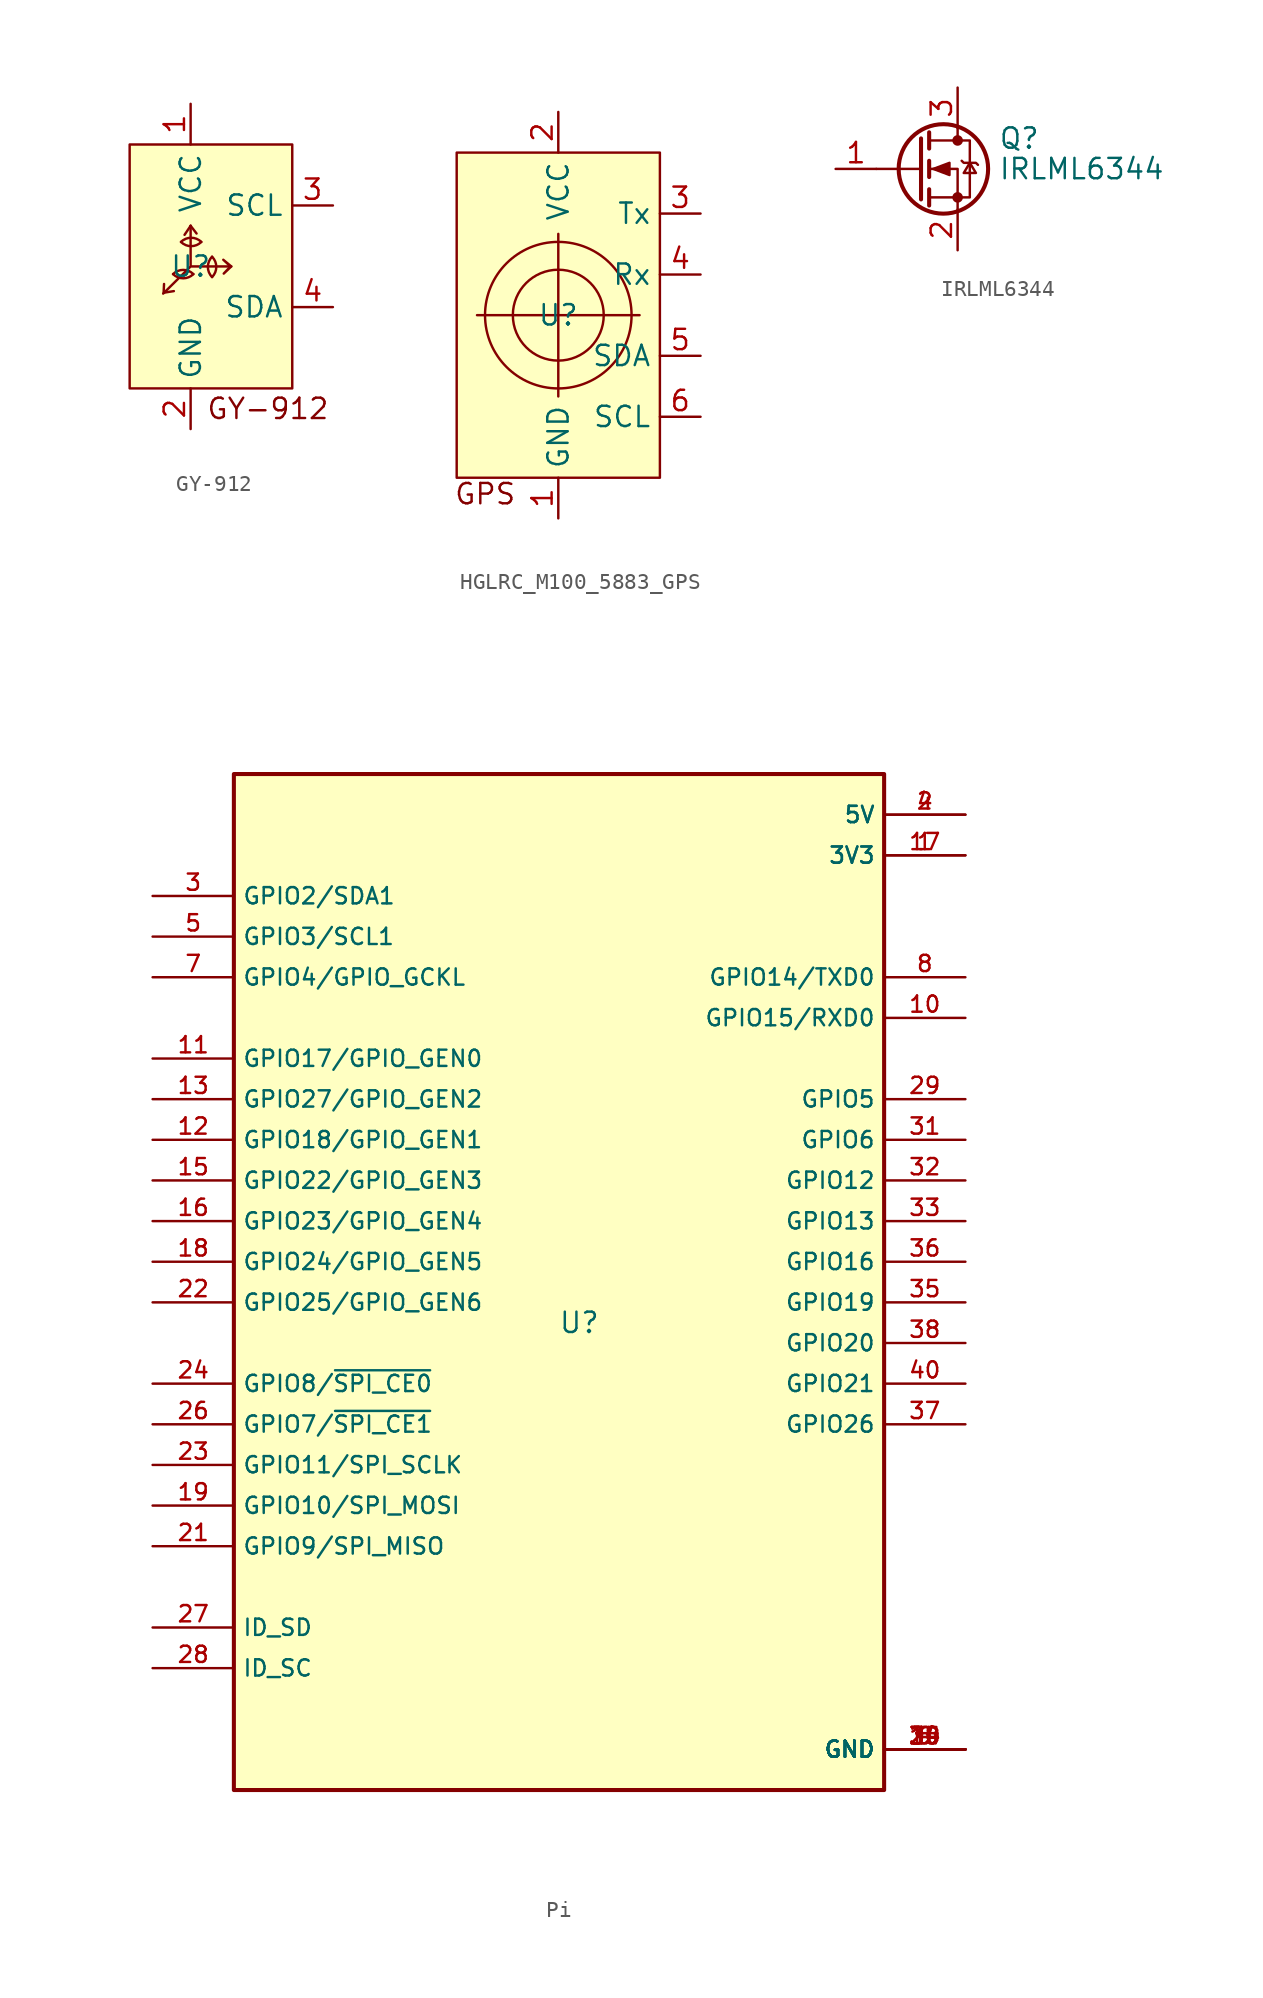
<source format=kicad_sym>
(kicad_symbol_lib
  (version 20231120)
  (generator "kicad_symbol_editor")
  (generator_version "8.0")
  (symbol "GY-912"
    (property "Reference" "U"
      (at 0 0 0)
      (effects (font (size 1.27 1.27))))
    (property "Value" ""
      (at 0 0 0)
      (effects (font (size 1.27 1.27))))
    (symbol "GY-912_0_1"
      (arc (start -1.0985 -0.4786) (mid -0.4635 -0.7416) (end 0.1715 -0.4786) (stroke (width 0) (type default)) (fill (type none)))
      (arc (start -0.6027 1.5298) (mid 0.0323 1.2668) (end 0.6673 1.5298) (stroke (width 0) (type default)) (fill (type none)))
      (polyline (pts (xy 0 2.54) (xy 0.371 2.058)) (stroke (width 0) (type default)) (fill (type none)))
      (polyline (pts (xy 0 2.54) (xy -0.38 1.975) (xy 0 2.54)) (stroke (width 0) (type default)) (fill (type none)))
      (polyline (pts (xy -1.688 -1.642) (xy -1.661 -1.096) (xy -1.688 -1.642) (xy -1.048 -1.542)) (stroke (width 0) (type default)) (fill (type none)))
      (polyline (pts (xy 2.54 0) (xy 2.041 0.417) (xy 2.486 -0.001) (xy 2.069 -0.446) (xy 2.54 0)) (stroke (width 0) (type default)) (fill (type none)))
      (polyline (pts (xy 0 0) (xy 2.54 0) (xy 0 0) (xy -1.716 -1.698) (xy 0 0) (xy 0 2.54)) (stroke (width 0) (type default)) (fill (type none)))
      (arc (start 0.1715 -0.4786) (mid -0.4635 -0.2156) (end -1.0985 -0.4786) (stroke (width 0) (type default)) (fill (type none)))
      (arc (start 0.6673 1.5298) (mid 0.0323 1.7928) (end -0.6027 1.5298) (stroke (width 0) (type default)) (fill (type none)))
      (arc (start 1.3401 -0.6634) (mid 1.6031 -0.0284) (end 1.3401 0.6066) (stroke (width 0) (type default)) (fill (type none)))
      (arc (start 1.3401 0.6066) (mid 1.0771 -0.0284) (end 1.3401 -0.6634) (stroke (width 0) (type default)) (fill (type none))))
    (symbol "GY-912_1_1"
      (rectangle (start -3.81 7.62) (end 6.35 -7.62) (stroke (width 0) (type default)) (fill (type background)))
      (text "GY-912" (at 4.826 -8.89 0) (effects (font (size 1.27 1.27))))
      (pin power_in line (at 0 10.16 270) (length 2.54) (name "VCC" (effects (font (size 1.27 1.27)))) (number "1" (effects (font (size 1.27 1.27)))))
      (pin power_in line (at 0 -10.16 90) (length 2.54) (name "GND" (effects (font (size 1.27 1.27)))) (number "2" (effects (font (size 1.27 1.27)))))
      (pin input line (at 8.89 3.81 180) (length 2.54) (name "SCL" (effects (font (size 1.27 1.27)))) (number "3" (effects (font (size 1.27 1.27)))))
      (pin input line (at 8.89 -2.54 180) (length 2.54) (name "SDA" (effects (font (size 1.27 1.27)))) (number "4" (effects (font (size 1.27 1.27)))))
      (pin no_connect non_logic (at -6.35 6.35 0) (length 2.54) hide (name "V_IN" (effects (font (size 1.27 1.27)))) (number "5" (effects (font (size 1.27 1.27)))))
      (pin no_connect non_logic (at -6.35 3.81 0) (length 2.54) hide (name "Address" (effects (font (size 1.27 1.27)))) (number "6" (effects (font (size 1.27 1.27)))))
      (pin no_connect non_logic (at -6.35 1.27 0) (length 2.54) hide (name "NCS" (effects (font (size 1.27 1.27)))) (number "7" (effects (font (size 1.27 1.27)))))
      (pin no_connect non_logic (at -6.35 -1.27 0) (length 2.54) hide (name "CSB" (effects (font (size 1.27 1.27)))) (number "8" (effects (font (size 1.27 1.27)))))))
  (symbol "HGLRC_M100_5883_GPS"
    (property "Reference" "U"
      (at 0 0 0)
      (effects (font (size 1.27 1.27))))
    (property "Value" ""
      (at 0 0 0)
      (effects (font (size 1.27 1.27))))
    (symbol "HGLRC_M100_5883_GPS_0_1"
      (rectangle (start -6.35 10.16) (end 6.35 -10.16) (stroke (width 0) (type default)) (fill (type background)))
      (polyline (pts (xy -5.08 0) (xy 5.08 0)) (stroke (width 0) (type default)) (fill (type none)))
      (polyline (pts (xy 0 5.08) (xy 0 -5.08)) (stroke (width 0) (type default)) (fill (type none)))
      (circle (center 0 0) (radius 2.84) (stroke (width 0) (type default)) (fill (type none)))
      (circle (center 0 0) (radius 4.579) (stroke (width 0) (type default)) (fill (type none))))
    (symbol "HGLRC_M100_5883_GPS_1_1"
      (text "GPS" (at -4.572 -11.176 0) (effects (font (size 1.27 1.27))))
      (pin power_in line (at 0 -12.7 90) (length 2.54) (name "GND" (effects (font (size 1.27 1.27)))) (number "1" (effects (font (size 1.27 1.27)))))
      (pin power_in line (at 0 12.7 270) (length 2.54) (name "VCC" (effects (font (size 1.27 1.27)))) (number "2" (effects (font (size 1.27 1.27)))))
      (pin output line (at 8.89 6.35 180) (length 2.54) (name "Tx" (effects (font (size 1.27 1.27)))) (number "3" (effects (font (size 1.27 1.27)))))
      (pin input line (at 8.89 2.54 180) (length 2.54) (name "Rx" (effects (font (size 1.27 1.27)))) (number "4" (effects (font (size 1.27 1.27)))))
      (pin input line (at 8.89 -2.54 180) (length 2.54) (name "SDA" (effects (font (size 1.27 1.27)))) (number "5" (effects (font (size 1.27 1.27)))))
      (pin input line (at 8.89 -6.35 180) (length 2.54) (name "SCL" (effects (font (size 1.27 1.27)))) (number "6" (effects (font (size 1.27 1.27)))))))
  (symbol "IRLML6344"
    (pin_names hide)
    (property "Reference" "Q"
      (at 5.08 1.905 0)
      (effects (font (size 1.27 1.27)) (justify left)))
    (property "Value" "IRLML6344"
      (at 5.08 0 0)
      (effects (font (size 1.27 1.27)) (justify left)))
    (symbol "IRLML6344_0_1"
      (polyline (pts (xy 0.254 0) (xy -2.54 0)) (stroke (width 0) (type default)) (fill (type none)))
      (polyline (pts (xy 0.254 1.905) (xy 0.254 -1.905)) (stroke (width 0.254) (type default)) (fill (type none)))
      (polyline (pts (xy 0.762 -1.27) (xy 0.762 -2.286)) (stroke (width 0.254) (type default)) (fill (type none)))
      (polyline (pts (xy 0.762 0.508) (xy 0.762 -0.508)) (stroke (width 0.254) (type default)) (fill (type none)))
      (polyline (pts (xy 0.762 2.286) (xy 0.762 1.27)) (stroke (width 0.254) (type default)) (fill (type none)))
      (polyline (pts (xy 2.54 2.54) (xy 2.54 1.778)) (stroke (width 0) (type default)) (fill (type none)))
      (polyline (pts (xy 2.54 -2.54) (xy 2.54 0) (xy 0.762 0)) (stroke (width 0) (type default)) (fill (type none)))
      (polyline (pts (xy 0.762 -1.778) (xy 3.302 -1.778) (xy 3.302 1.778) (xy 0.762 1.778)) (stroke (width 0) (type default)) (fill (type none)))
      (polyline (pts (xy 1.016 0) (xy 2.032 0.381) (xy 2.032 -0.381) (xy 1.016 0)) (stroke (width 0) (type default)) (fill (type outline)))
      (polyline (pts (xy 2.794 0.508) (xy 2.921 0.381) (xy 3.683 0.381) (xy 3.81 0.254)) (stroke (width 0) (type default)) (fill (type none)))
      (polyline (pts (xy 3.302 0.381) (xy 2.921 -0.254) (xy 3.683 -0.254) (xy 3.302 0.381)) (stroke (width 0) (type default)) (fill (type none)))
      (circle (center 1.651 0) (radius 2.794) (stroke (width 0.254) (type default)) (fill (type none)))
      (circle (center 2.54 -1.778) (radius 0.254) (stroke (width 0) (type default)) (fill (type outline)))
      (circle (center 2.54 1.778) (radius 0.254) (stroke (width 0) (type default)) (fill (type outline))))
    (symbol "IRLML6344_1_1"
      (pin input line (at -5.08 0 0) (length 2.54) (name "G" (effects (font (size 1.27 1.27)))) (number "1" (effects (font (size 1.27 1.27)))))
      (pin passive line (at 2.54 -5.08 90) (length 2.54) (name "D" (effects (font (size 1.27 1.27)))) (number "2" (effects (font (size 1.27 1.27)))))
      (pin passive line (at 2.54 5.08 270) (length 2.54) (name "S" (effects (font (size 1.27 1.27)))) (number "3" (effects (font (size 1.27 1.27)))))))
  (symbol "Pi"
    (property "Reference" "U"
      (at 0 0 0)
      (effects (font (size 1.27 1.27))))
    (property "Value" ""
      (at 0 0 0)
      (effects (font (size 1.27 1.27))))
    (symbol "Pi_0_0"
      (rectangle (start -21.59 -29.21) (end 19.05 34.29) (stroke (width 0.254) (type default)) (fill (type background)))
      (pin power_in line (at 24.13 29.21 180) (length 5.08) (name "3V3" (effects (font (size 1.016 1.016)))) (number "1" (effects (font (size 1.016 1.016)))))
      (pin bidirectional line (at 24.13 19.05 180) (length 5.08) (name "GPIO15/RXD0" (effects (font (size 1.016 1.016)))) (number "10" (effects (font (size 1.016 1.016)))))
      (pin bidirectional line (at -26.67 16.51 0) (length 5.08) (name "GPIO17/GPIO_GEN0" (effects (font (size 1.016 1.016)))) (number "11" (effects (font (size 1.016 1.016)))))
      (pin bidirectional line (at -26.67 11.43 0) (length 5.08) (name "GPIO18/GPIO_GEN1" (effects (font (size 1.016 1.016)))) (number "12" (effects (font (size 1.016 1.016)))))
      (pin bidirectional line (at -26.67 13.97 0) (length 5.08) (name "GPIO27/GPIO_GEN2" (effects (font (size 1.016 1.016)))) (number "13" (effects (font (size 1.016 1.016)))))
      (pin power_in line (at 24.13 -26.67 180) (length 5.08) (name "GND" (effects (font (size 1.016 1.016)))) (number "14" (effects (font (size 1.016 1.016)))))
      (pin bidirectional line (at -26.67 8.89 0) (length 5.08) (name "GPIO22/GPIO_GEN3" (effects (font (size 1.016 1.016)))) (number "15" (effects (font (size 1.016 1.016)))))
      (pin bidirectional line (at -26.67 6.35 0) (length 5.08) (name "GPIO23/GPIO_GEN4" (effects (font (size 1.016 1.016)))) (number "16" (effects (font (size 1.016 1.016)))))
      (pin power_in line (at 24.13 29.21 180) (length 5.08) (name "3V3" (effects (font (size 1.016 1.016)))) (number "17" (effects (font (size 1.016 1.016)))))
      (pin bidirectional line (at -26.67 3.81 0) (length 5.08) (name "GPIO24/GPIO_GEN5" (effects (font (size 1.016 1.016)))) (number "18" (effects (font (size 1.016 1.016)))))
      (pin bidirectional line (at -26.67 -11.43 0) (length 5.08) (name "GPIO10/SPI_MOSI" (effects (font (size 1.016 1.016)))) (number "19" (effects (font (size 1.016 1.016)))))
      (pin power_in line (at 24.13 31.75 180) (length 5.08) (name "5V" (effects (font (size 1.016 1.016)))) (number "2" (effects (font (size 1.016 1.016)))))
      (pin power_in line (at 24.13 -26.67 180) (length 5.08) (name "GND" (effects (font (size 1.016 1.016)))) (number "20" (effects (font (size 1.016 1.016)))))
      (pin bidirectional line (at -26.67 -13.97 0) (length 5.08) (name "GPIO9/SPI_MISO" (effects (font (size 1.016 1.016)))) (number "21" (effects (font (size 1.016 1.016)))))
      (pin bidirectional line (at -26.67 1.27 0) (length 5.08) (name "GPIO25/GPIO_GEN6" (effects (font (size 1.016 1.016)))) (number "22" (effects (font (size 1.016 1.016)))))
      (pin bidirectional line (at -26.67 -8.89 0) (length 5.08) (name "GPIO11/SPI_SCLK" (effects (font (size 1.016 1.016)))) (number "23" (effects (font (size 1.016 1.016)))))
      (pin bidirectional line (at -26.67 -3.81 0) (length 5.08) (name "GPIO8/~{SPI_CE0}" (effects (font (size 1.016 1.016)))) (number "24" (effects (font (size 1.016 1.016)))))
      (pin power_in line (at 24.13 -26.67 180) (length 5.08) (name "GND" (effects (font (size 1.016 1.016)))) (number "25" (effects (font (size 1.016 1.016)))))
      (pin bidirectional line (at -26.67 -6.35 0) (length 5.08) (name "GPIO7/~{SPI_CE1}" (effects (font (size 1.016 1.016)))) (number "26" (effects (font (size 1.016 1.016)))))
      (pin bidirectional line (at -26.67 -19.05 0) (length 5.08) (name "ID_SD" (effects (font (size 1.016 1.016)))) (number "27" (effects (font (size 1.016 1.016)))))
      (pin bidirectional line (at -26.67 -21.59 0) (length 5.08) (name "ID_SC" (effects (font (size 1.016 1.016)))) (number "28" (effects (font (size 1.016 1.016)))))
      (pin bidirectional line (at 24.13 13.97 180) (length 5.08) (name "GPIO5" (effects (font (size 1.016 1.016)))) (number "29" (effects (font (size 1.016 1.016)))))
      (pin bidirectional line (at -26.67 26.67 0) (length 5.08) (name "GPIO2/SDA1" (effects (font (size 1.016 1.016)))) (number "3" (effects (font (size 1.016 1.016)))))
      (pin power_in line (at 24.13 -26.67 180) (length 5.08) (name "GND" (effects (font (size 1.016 1.016)))) (number "30" (effects (font (size 1.016 1.016)))))
      (pin bidirectional line (at 24.13 11.43 180) (length 5.08) (name "GPIO6" (effects (font (size 1.016 1.016)))) (number "31" (effects (font (size 1.016 1.016)))))
      (pin bidirectional line (at 24.13 8.89 180) (length 5.08) (name "GPIO12" (effects (font (size 1.016 1.016)))) (number "32" (effects (font (size 1.016 1.016)))))
      (pin bidirectional line (at 24.13 6.35 180) (length 5.08) (name "GPIO13" (effects (font (size 1.016 1.016)))) (number "33" (effects (font (size 1.016 1.016)))))
      (pin power_in line (at 24.13 -26.67 180) (length 5.08) (name "GND" (effects (font (size 1.016 1.016)))) (number "34" (effects (font (size 1.016 1.016)))))
      (pin bidirectional line (at 24.13 1.27 180) (length 5.08) (name "GPIO19" (effects (font (size 1.016 1.016)))) (number "35" (effects (font (size 1.016 1.016)))))
      (pin bidirectional line (at 24.13 3.81 180) (length 5.08) (name "GPIO16" (effects (font (size 1.016 1.016)))) (number "36" (effects (font (size 1.016 1.016)))))
      (pin bidirectional line (at 24.13 -6.35 180) (length 5.08) (name "GPIO26" (effects (font (size 1.016 1.016)))) (number "37" (effects (font (size 1.016 1.016)))))
      (pin bidirectional line (at 24.13 -1.27 180) (length 5.08) (name "GPIO20" (effects (font (size 1.016 1.016)))) (number "38" (effects (font (size 1.016 1.016)))))
      (pin power_in line (at 24.13 -26.67 180) (length 5.08) (name "GND" (effects (font (size 1.016 1.016)))) (number "39" (effects (font (size 1.016 1.016)))))
      (pin power_in line (at 24.13 31.75 180) (length 5.08) (name "5V" (effects (font (size 1.016 1.016)))) (number "4" (effects (font (size 1.016 1.016)))))
      (pin bidirectional line (at 24.13 -3.81 180) (length 5.08) (name "GPIO21" (effects (font (size 1.016 1.016)))) (number "40" (effects (font (size 1.016 1.016)))))
      (pin bidirectional line (at -26.67 24.13 0) (length 5.08) (name "GPIO3/SCL1" (effects (font (size 1.016 1.016)))) (number "5" (effects (font (size 1.016 1.016)))))
      (pin power_in line (at 24.13 -26.67 180) (length 5.08) (name "GND" (effects (font (size 1.016 1.016)))) (number "6" (effects (font (size 1.016 1.016)))))
      (pin bidirectional line (at -26.67 21.59 0) (length 5.08) (name "GPIO4/GPIO_GCKL" (effects (font (size 1.016 1.016)))) (number "7" (effects (font (size 1.016 1.016)))))
      (pin bidirectional line (at 24.13 21.59 180) (length 5.08) (name "GPIO14/TXD0" (effects (font (size 1.016 1.016)))) (number "8" (effects (font (size 1.016 1.016)))))
      (pin power_in line (at 24.13 -26.67 180) (length 5.08) (name "GND" (effects (font (size 1.016 1.016)))) (number "9" (effects (font (size 1.016 1.016))))))))
</source>
